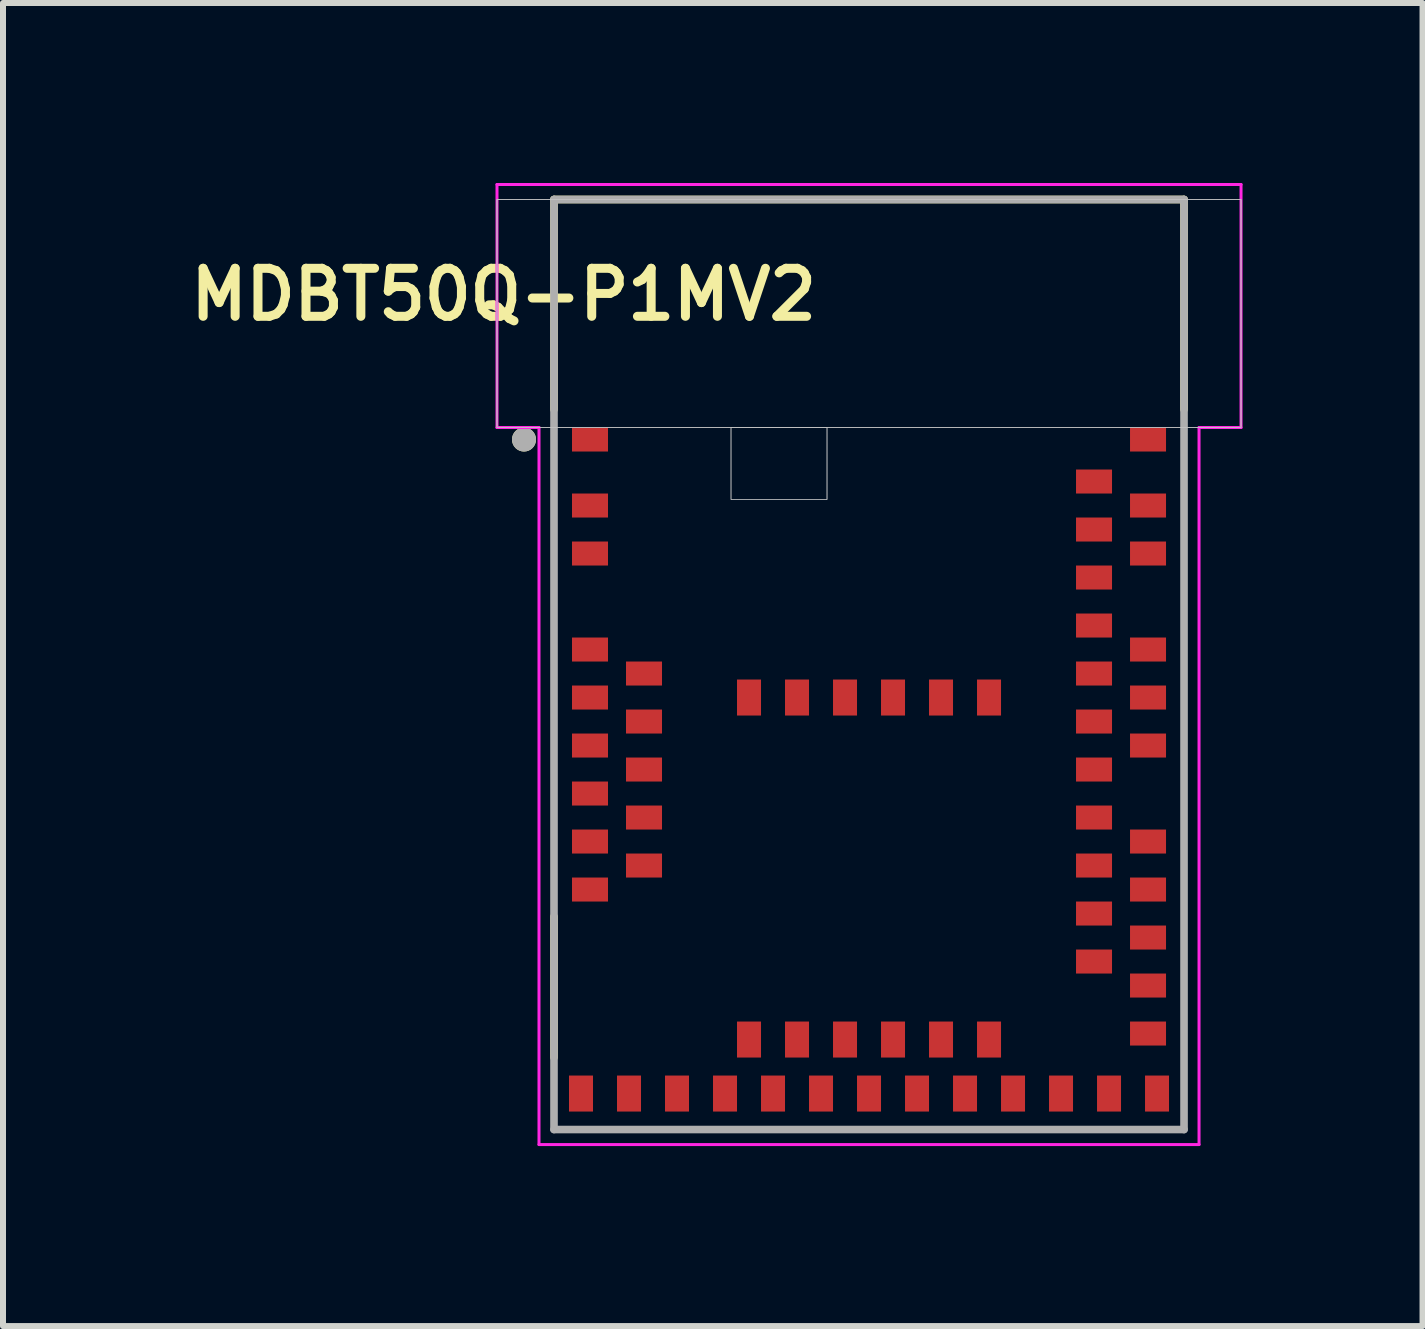
<source format=kicad_pcb>
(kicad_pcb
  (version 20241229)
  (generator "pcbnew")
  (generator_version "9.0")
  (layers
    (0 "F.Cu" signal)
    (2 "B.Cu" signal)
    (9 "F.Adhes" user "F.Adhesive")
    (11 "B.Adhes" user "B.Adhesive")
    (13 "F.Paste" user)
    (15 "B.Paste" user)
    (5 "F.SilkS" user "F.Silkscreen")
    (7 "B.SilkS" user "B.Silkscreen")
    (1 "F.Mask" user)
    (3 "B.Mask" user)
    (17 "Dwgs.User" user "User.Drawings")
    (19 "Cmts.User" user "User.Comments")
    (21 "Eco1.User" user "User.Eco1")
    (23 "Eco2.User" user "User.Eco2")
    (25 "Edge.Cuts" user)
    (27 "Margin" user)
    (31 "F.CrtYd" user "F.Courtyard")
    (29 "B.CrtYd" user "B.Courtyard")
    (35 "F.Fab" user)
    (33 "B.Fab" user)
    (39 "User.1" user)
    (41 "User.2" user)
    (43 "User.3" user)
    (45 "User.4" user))
  (footprint "MDBT50Q-P1MV2"
    (layer "F.Cu")
    (at 11.433 8.025)
    (property "Reference" "MDBT50Q-P1MV2" (at -6.088 -6.166 180) (layer "F.SilkS") (effects (font (size 0.8 0.8) (thickness 0.15))))
    (attr through_hole)
    (fp_line (start -5.25 -7.75) (end 5.25 -7.75) (stroke (width 0.127) (type solid)) (layer "F.SilkS"))
    (fp_line (start -5.25 -4.25) (end -5.25 -7.75) (stroke (width 0.127) (type solid)) (layer "F.SilkS"))
    (fp_line (start -5.25 4.2) (end -5.25 6.55) (stroke (width 0.127) (type solid)) (layer "F.SilkS"))
    (fp_line (start 5.25 -7.75) (end 5.25 -4.25) (stroke (width 0.127) (type solid)) (layer "F.SilkS"))
    (fp_circle (center -5.75 -3.75) (end -5.65 -3.75) (stroke (width 0.2) (type solid)) (fill no) (layer "F.SilkS"))
    (fp_poly (pts (xy -6.2 -7.75) (xy 6.2 -7.75) (xy 6.2 -3.95) (xy -6.2 -3.95)) (stroke (width 0.01) (type solid)) (fill no) (layer "Dwgs.User"))
    (fp_poly (pts (xy -6.2 -7.75) (xy 6.2 -7.75) (xy 6.2 -3.95) (xy -6.2 -3.95)) (stroke (width 0.01) (type solid)) (fill no) (layer "Dwgs.User"))
    (fp_poly (pts (xy -6.2 -7.75) (xy 6.2 -7.75) (xy 6.2 -3.95) (xy -6.2 -3.95)) (stroke (width 0.01) (type solid)) (fill no) (layer "Dwgs.User"))
    (fp_poly (pts (xy -2.3 -3.95) (xy -0.7 -3.95) (xy -0.7 -2.75) (xy -2.3 -2.75)) (stroke (width 0.01) (type solid)) (fill no) (layer "Dwgs.User"))
    (fp_poly (pts (xy -2.3 -3.95) (xy -0.7 -3.95) (xy -0.7 -2.75) (xy -2.3 -2.75)) (stroke (width 0.01) (type solid)) (fill no) (layer "Dwgs.User"))
    (fp_line (start -6.2 -8) (end 6.2 -8) (stroke (width 0.05) (type solid)) (layer "F.CrtYd"))
    (fp_line (start -6.2 -3.95) (end -6.2 -8) (stroke (width 0.05) (type solid)) (layer "F.CrtYd"))
    (fp_line (start -5.5 -3.95) (end -6.2 -3.95) (stroke (width 0.05) (type solid)) (layer "F.CrtYd"))
    (fp_line (start -5.5 8) (end -5.5 -3.95) (stroke (width 0.05) (type solid)) (layer "F.CrtYd"))
    (fp_line (start 5.5 -3.95) (end 5.5 8) (stroke (width 0.05) (type solid)) (layer "F.CrtYd"))
    (fp_line (start 5.5 8) (end -5.5 8) (stroke (width 0.05) (type solid)) (layer "F.CrtYd"))
    (fp_line (start 6.2 -8) (end 6.2 -3.95) (stroke (width 0.05) (type solid)) (layer "F.CrtYd"))
    (fp_line (start 6.2 -3.95) (end 5.5 -3.95) (stroke (width 0.05) (type solid)) (layer "F.CrtYd"))
    (fp_line (start -5.25 -7.75) (end 5.25 -7.75) (stroke (width 0.127) (type solid)) (layer "F.Fab"))
    (fp_line (start -5.25 7.75) (end -5.25 -7.75) (stroke (width 0.127) (type solid)) (layer "F.Fab"))
    (fp_line (start 5.25 -7.75) (end 5.25 7.75) (stroke (width 0.127) (type solid)) (layer "F.Fab"))
    (fp_line (start 5.25 7.75) (end -5.25 7.75) (stroke (width 0.127) (type solid)) (layer "F.Fab"))
    (fp_circle (center -5.75 -3.75) (end -5.65 -3.75) (stroke (width 0.2) (type solid)) (fill no) (layer "F.Fab"))
    (pad "1" smd rect (at -4.65 -3.75) (size 0.6 0.4) (layers "F.Cu" "F.Mask" "F.Paste"))
    (pad "2" smd rect (at -4.65 -2.65) (size 0.6 0.4) (layers "F.Cu" "F.Mask" "F.Paste"))
    (pad "3" smd rect (at -4.65 -1.85) (size 0.6 0.4) (layers "F.Cu" "F.Mask" "F.Paste"))
    (pad "4" smd rect (at -4.65 -0.25) (size 0.6 0.4) (layers "F.Cu" "F.Mask" "F.Paste"))
    (pad "5" smd rect (at -3.75 0.15) (size 0.6 0.4) (layers "F.Cu" "F.Mask" "F.Paste"))
    (pad "6" smd rect (at -4.65 0.55) (size 0.6 0.4) (layers "F.Cu" "F.Mask" "F.Paste"))
    (pad "7" smd rect (at -3.75 0.95) (size 0.6 0.4) (layers "F.Cu" "F.Mask" "F.Paste"))
    (pad "8" smd rect (at -4.65 1.35) (size 0.6 0.4) (layers "F.Cu" "F.Mask" "F.Paste"))
    (pad "9" smd rect (at -3.75 1.75) (size 0.6 0.4) (layers "F.Cu" "F.Mask" "F.Paste"))
    (pad "10" smd rect (at -4.65 2.15) (size 0.6 0.4) (layers "F.Cu" "F.Mask" "F.Paste"))
    (pad "11" smd rect (at -3.75 2.55) (size 0.6 0.4) (layers "F.Cu" "F.Mask" "F.Paste"))
    (pad "12" smd rect (at -4.65 2.95) (size 0.6 0.4) (layers "F.Cu" "F.Mask" "F.Paste"))
    (pad "13" smd rect (at -3.75 3.35) (size 0.6 0.4) (layers "F.Cu" "F.Mask" "F.Paste"))
    (pad "14" smd rect (at -4.65 3.75) (size 0.6 0.4) (layers "F.Cu" "F.Mask" "F.Paste"))
    (pad "15" smd rect (at -4.8 7.15) (size 0.4 0.6) (layers "F.Cu" "F.Mask" "F.Paste"))
    (pad "16" smd rect (at -4 7.15) (size 0.4 0.6) (layers "F.Cu" "F.Mask" "F.Paste"))
    (pad "17" smd rect (at -3.2 7.15) (size 0.4 0.6) (layers "F.Cu" "F.Mask" "F.Paste"))
    (pad "18" smd rect (at -2.4 7.15) (size 0.4 0.6) (layers "F.Cu" "F.Mask" "F.Paste"))
    (pad "19" smd rect (at -2 6.25) (size 0.4 0.6) (layers "F.Cu" "F.Mask" "F.Paste"))
    (pad "20" smd rect (at -1.6 7.15) (size 0.4 0.6) (layers "F.Cu" "F.Mask" "F.Paste"))
    (pad "21" smd rect (at -1.2 6.25) (size 0.4 0.6) (layers "F.Cu" "F.Mask" "F.Paste"))
    (pad "22" smd rect (at -0.8 7.15) (size 0.4 0.6) (layers "F.Cu" "F.Mask" "F.Paste"))
    (pad "23" smd rect (at -0.4 6.25) (size 0.4 0.6) (layers "F.Cu" "F.Mask" "F.Paste"))
    (pad "24" smd rect (at 0 7.15) (size 0.4 0.6) (layers "F.Cu" "F.Mask" "F.Paste"))
    (pad "25" smd rect (at 0.4 6.25) (size 0.4 0.6) (layers "F.Cu" "F.Mask" "F.Paste"))
    (pad "26" smd rect (at 0.8 7.15) (size 0.4 0.6) (layers "F.Cu" "F.Mask" "F.Paste"))
    (pad "27" smd rect (at 1.2 6.25) (size 0.4 0.6) (layers "F.Cu" "F.Mask" "F.Paste"))
    (pad "28" smd rect (at 1.6 7.15) (size 0.4 0.6) (layers "F.Cu" "F.Mask" "F.Paste"))
    (pad "29" smd rect (at 2 6.25) (size 0.4 0.6) (layers "F.Cu" "F.Mask" "F.Paste"))
    (pad "30" smd rect (at 2.4 7.15) (size 0.4 0.6) (layers "F.Cu" "F.Mask" "F.Paste"))
    (pad "31" smd rect (at 3.2 7.15) (size 0.4 0.6) (layers "F.Cu" "F.Mask" "F.Paste"))
    (pad "32" smd rect (at 4 7.15) (size 0.4 0.6) (layers "F.Cu" "F.Mask" "F.Paste"))
    (pad "33" smd rect (at 4.8 7.15) (size 0.4 0.6) (layers "F.Cu" "F.Mask" "F.Paste"))
    (pad "34" smd rect (at 4.65 6.15) (size 0.6 0.4) (layers "F.Cu" "F.Mask" "F.Paste"))
    (pad "35" smd rect (at 4.65 5.35) (size 0.6 0.4) (layers "F.Cu" "F.Mask" "F.Paste"))
    (pad "36" smd rect (at 3.75 4.95) (size 0.6 0.4) (layers "F.Cu" "F.Mask" "F.Paste"))
    (pad "37" smd rect (at 4.65 4.55) (size 0.6 0.4) (layers "F.Cu" "F.Mask" "F.Paste"))
    (pad "38" smd rect (at 3.75 4.15) (size 0.6 0.4) (layers "F.Cu" "F.Mask" "F.Paste"))
    (pad "39" smd rect (at 4.65 3.75) (size 0.6 0.4) (layers "F.Cu" "F.Mask" "F.Paste"))
    (pad "40" smd rect (at 3.75 3.35) (size 0.6 0.4) (layers "F.Cu" "F.Mask" "F.Paste"))
    (pad "41" smd rect (at 4.65 2.95) (size 0.6 0.4) (layers "F.Cu" "F.Mask" "F.Paste"))
    (pad "42" smd rect (at 3.75 2.55) (size 0.6 0.4) (layers "F.Cu" "F.Mask" "F.Paste"))
    (pad "43" smd rect (at 3.75 1.75) (size 0.6 0.4) (layers "F.Cu" "F.Mask" "F.Paste"))
    (pad "44" smd rect (at 4.65 1.35) (size 0.6 0.4) (layers "F.Cu" "F.Mask" "F.Paste"))
    (pad "45" smd rect (at 3.75 0.95) (size 0.6 0.4) (layers "F.Cu" "F.Mask" "F.Paste"))
    (pad "46" smd rect (at 4.65 0.55) (size 0.6 0.4) (layers "F.Cu" "F.Mask" "F.Paste"))
    (pad "47" smd rect (at 3.75 0.15) (size 0.6 0.4) (layers "F.Cu" "F.Mask" "F.Paste"))
    (pad "48" smd rect (at 4.65 -0.25) (size 0.6 0.4) (layers "F.Cu" "F.Mask" "F.Paste"))
    (pad "49" smd rect (at 3.75 -0.65) (size 0.6 0.4) (layers "F.Cu" "F.Mask" "F.Paste"))
    (pad "50" smd rect (at 3.75 -1.45) (size 0.6 0.4) (layers "F.Cu" "F.Mask" "F.Paste"))
    (pad "51" smd rect (at 4.65 -1.85) (size 0.6 0.4) (layers "F.Cu" "F.Mask" "F.Paste"))
    (pad "52" smd rect (at 3.75 -2.25) (size 0.6 0.4) (layers "F.Cu" "F.Mask" "F.Paste"))
    (pad "53" smd rect (at 4.65 -2.65) (size 0.6 0.4) (layers "F.Cu" "F.Mask" "F.Paste"))
    (pad "54" smd rect (at 3.75 -3.05) (size 0.6 0.4) (layers "F.Cu" "F.Mask" "F.Paste"))
    (pad "55" smd rect (at 4.65 -3.75) (size 0.6 0.4) (layers "F.Cu" "F.Mask" "F.Paste"))
    (pad "56" smd rect (at -2 0.55) (size 0.4 0.6) (layers "F.Cu" "F.Mask" "F.Paste"))
    (pad "57" smd rect (at -1.2 0.55) (size 0.4 0.6) (layers "F.Cu" "F.Mask" "F.Paste"))
    (pad "58" smd rect (at -0.4 0.55) (size 0.4 0.6) (layers "F.Cu" "F.Mask" "F.Paste"))
    (pad "59" smd rect (at 0.4 0.55) (size 0.4 0.6) (layers "F.Cu" "F.Mask" "F.Paste"))
    (pad "60" smd rect (at 1.2 0.55) (size 0.4 0.6) (layers "F.Cu" "F.Mask" "F.Paste"))
    (pad "61" smd rect (at 2 0.55) (size 0.4 0.6) (layers "F.Cu" "F.Mask" "F.Paste")))
  (gr_rect
    (start -3 -3)
    (end 20.658 19.05)
    (stroke (width 0.1) (type default))
    (fill no)
    (layer "Edge.Cuts")))
</source>
